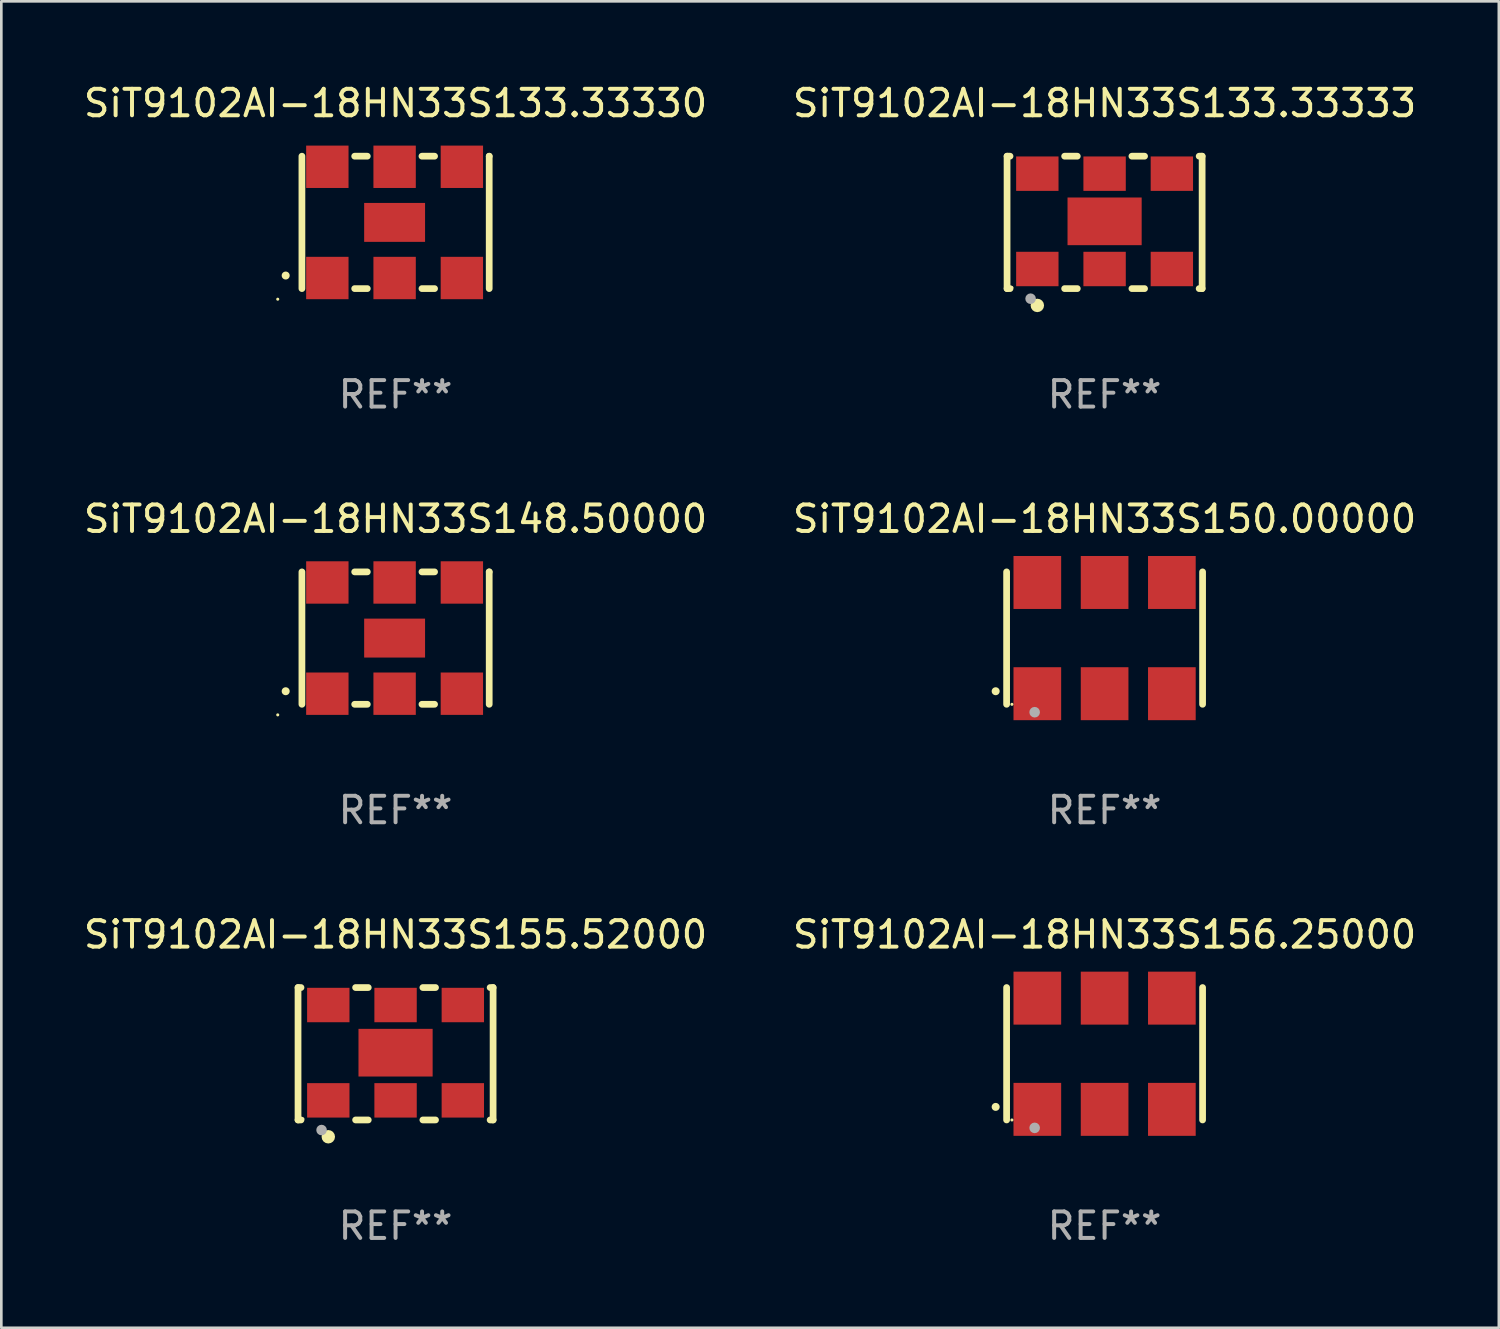
<source format=kicad_pcb>
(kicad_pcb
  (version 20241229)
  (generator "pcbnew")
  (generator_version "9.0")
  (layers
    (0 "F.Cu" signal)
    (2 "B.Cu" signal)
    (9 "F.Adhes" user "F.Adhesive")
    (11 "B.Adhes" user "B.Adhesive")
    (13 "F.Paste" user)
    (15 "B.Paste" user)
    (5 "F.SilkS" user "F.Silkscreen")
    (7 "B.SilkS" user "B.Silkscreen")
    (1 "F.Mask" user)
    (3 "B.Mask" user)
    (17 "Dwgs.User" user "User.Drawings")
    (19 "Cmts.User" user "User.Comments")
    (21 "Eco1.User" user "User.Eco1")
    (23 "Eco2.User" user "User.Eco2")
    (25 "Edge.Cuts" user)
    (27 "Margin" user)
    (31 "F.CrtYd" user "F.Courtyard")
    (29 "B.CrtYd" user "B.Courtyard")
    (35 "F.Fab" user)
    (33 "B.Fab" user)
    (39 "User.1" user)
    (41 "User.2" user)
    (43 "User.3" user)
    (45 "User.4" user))
  (footprint "SiT9102AI-18HN33S156.25000"
    (layer "F.Cu")
    (at 38.661 36.741)
    (property "Reference" "SiT9102AI-18HN33S156.25000" (at 0 -4.5 0) (layer "F.SilkS") (effects (font (size 1 1) (thickness 0.15))))
    (attr through_hole)
    (fp_line (start -3.7 -2.5) (end -3.7 2.5) (stroke (width 0.254) (type solid)) (layer "F.SilkS"))
    (fp_line (start 3.7 -2.5) (end 3.7 2.5) (stroke (width 0.254) (type solid)) (layer "F.SilkS"))
    (fp_arc (start -4.114415 2.006604) (mid -4.113145 2.006599) (end -4.111875 2.006604) (stroke (width 0.3) (type solid)) (layer "F.SilkS"))
    (fp_circle (center -3.5 2.501) (end -3.47 2.501) (stroke (width 0.06) (type solid)) (fill no) (layer "F.SilkS"))
    (fp_circle (center -2.641 2.799) (end -2.541 2.799) (stroke (width 0.2) (type solid)) (fill no) (layer "F.Fab"))
    (fp_text user "REF**" (at 0 6.5 0) (layer "F.Fab") (effects (font (size 1 1) (thickness 0.15))))
    (pad "1" smd rect (at -2.54 2.1) (size 1.8 2) (layers "F.Cu" "F.Mask" "F.Paste"))
    (pad "2" smd rect (at 0.000394 2.1) (size 1.8 2) (layers "F.Cu" "F.Mask" "F.Paste"))
    (pad "3" smd rect (at 2.54 2.1) (size 1.8 2) (layers "F.Cu" "F.Mask" "F.Paste"))
    (pad "4" smd rect (at 2.54 -2.1) (size 1.8 2) (layers "F.Cu" "F.Mask" "F.Paste"))
    (pad "5" smd rect (at 0.000394 -2.1) (size 1.8 2) (layers "F.Cu" "F.Mask" "F.Paste"))
    (pad "6" smd rect (at -2.54 -2.1) (size 1.8 2) (layers "F.Cu" "F.Mask" "F.Paste")))
  (footprint "SiT9102AI-18HN33S148.50000"
    (layer "F.Cu")
    (at 11.887 21.045)
    (property "Reference" "SiT9102AI-18HN33S148.50000" (at 0 -4.5 0) (layer "F.SilkS") (effects (font (size 1 1) (thickness 0.15))))
    (attr through_hole)
    (fp_line (start -3.536 -2.5) (end -3.536 2.5) (stroke (width 0.254) (type solid)) (layer "F.SilkS"))
    (fp_line (start -1.544 2.5) (end -1.067 2.5) (stroke (width 0.254) (type solid)) (layer "F.SilkS"))
    (fp_line (start -1.067 -2.5) (end -1.544 -2.5) (stroke (width 0.254) (type solid)) (layer "F.SilkS"))
    (fp_line (start 0.996 2.5) (end 1.473 2.5) (stroke (width 0.254) (type solid)) (layer "F.SilkS"))
    (fp_line (start 1.473 -2.5) (end 0.996 -2.5) (stroke (width 0.254) (type solid)) (layer "F.SilkS"))
    (fp_line (start 3.536 -2.5) (end 3.536 -2.5) (stroke (width 0.254) (type solid)) (layer "F.SilkS"))
    (fp_line (start 3.536 2.5) (end 3.536 -2.5) (stroke (width 0.254) (type solid)) (layer "F.SilkS"))
    (fp_arc (start -4.150432 2.006604) (mid -4.149162 2.006599) (end -4.147892 2.006604) (stroke (width 0.3) (type solid)) (layer "F.SilkS"))
    (fp_circle (center -4.449 2.9) (end -4.419 2.9) (stroke (width 0.06) (type solid)) (fill no) (layer "F.SilkS"))
    (fp_text user "REF**" (at 0 6.5 0) (layer "F.Fab") (effects (font (size 1 1) (thickness 0.15))))
    (pad "1" smd rect (at -2.576 2.1) (size 1.6 1.6) (layers "F.Cu" "F.Mask" "F.Paste"))
    (pad "2" smd rect (at -0.036 2.1) (size 1.6 1.6) (layers "F.Cu" "F.Mask" "F.Paste"))
    (pad "3" smd rect (at 2.504 2.1) (size 1.6 1.6) (layers "F.Cu" "F.Mask" "F.Paste"))
    (pad "4" smd rect (at 2.504 -2.1) (size 1.6 1.6) (layers "F.Cu" "F.Mask" "F.Paste"))
    (pad "5" smd rect (at -0.036 -2.1) (size 1.6 1.6) (layers "F.Cu" "F.Mask" "F.Paste"))
    (pad "6" smd rect (at -2.576 -2.1) (size 1.6 1.6) (layers "F.Cu" "F.Mask" "F.Paste"))
    (pad "7" smd rect (at -0.036 0) (size 2.3 1.47) (layers "F.Cu" "F.Mask" "F.Paste")))
  (footprint "SiT9102AI-18HN33S133.33330"
    (layer "F.Cu")
    (at 11.887 5.348)
    (property "Reference" "SiT9102AI-18HN33S133.33330" (at 0 -4.5 0) (layer "F.SilkS") (effects (font (size 1 1) (thickness 0.15))))
    (attr through_hole)
    (fp_line (start -3.536 -2.5) (end -3.536 2.5) (stroke (width 0.254) (type solid)) (layer "F.SilkS"))
    (fp_line (start -1.544 2.5) (end -1.067 2.5) (stroke (width 0.254) (type solid)) (layer "F.SilkS"))
    (fp_line (start -1.067 -2.5) (end -1.544 -2.5) (stroke (width 0.254) (type solid)) (layer "F.SilkS"))
    (fp_line (start 0.996 2.5) (end 1.473 2.5) (stroke (width 0.254) (type solid)) (layer "F.SilkS"))
    (fp_line (start 1.473 -2.5) (end 0.996 -2.5) (stroke (width 0.254) (type solid)) (layer "F.SilkS"))
    (fp_line (start 3.536 -2.5) (end 3.536 -2.5) (stroke (width 0.254) (type solid)) (layer "F.SilkS"))
    (fp_line (start 3.536 2.5) (end 3.536 -2.5) (stroke (width 0.254) (type solid)) (layer "F.SilkS"))
    (fp_arc (start -4.150432 2.006604) (mid -4.149162 2.006599) (end -4.147892 2.006604) (stroke (width 0.3) (type solid)) (layer "F.SilkS"))
    (fp_circle (center -4.449 2.9) (end -4.419 2.9) (stroke (width 0.06) (type solid)) (fill no) (layer "F.SilkS"))
    (fp_text user "REF**" (at 0 6.5 0) (layer "F.Fab") (effects (font (size 1 1) (thickness 0.15))))
    (pad "1" smd rect (at -2.576 2.1) (size 1.6 1.6) (layers "F.Cu" "F.Mask" "F.Paste"))
    (pad "2" smd rect (at -0.036 2.1) (size 1.6 1.6) (layers "F.Cu" "F.Mask" "F.Paste"))
    (pad "3" smd rect (at 2.504 2.1) (size 1.6 1.6) (layers "F.Cu" "F.Mask" "F.Paste"))
    (pad "4" smd rect (at 2.504 -2.1) (size 1.6 1.6) (layers "F.Cu" "F.Mask" "F.Paste"))
    (pad "5" smd rect (at -0.036 -2.1) (size 1.6 1.6) (layers "F.Cu" "F.Mask" "F.Paste"))
    (pad "6" smd rect (at -2.576 -2.1) (size 1.6 1.6) (layers "F.Cu" "F.Mask" "F.Paste"))
    (pad "7" smd rect (at -0.036 0) (size 2.3 1.47) (layers "F.Cu" "F.Mask" "F.Paste")))
  (footprint "SiT9102AI-18HN33S155.52000"
    (layer "F.Cu")
    (at 11.887 36.741)
    (property "Reference" "SiT9102AI-18HN33S155.52000" (at 0 -4.5 0) (layer "F.SilkS") (effects (font (size 1 1) (thickness 0.15))))
    (attr through_hole)
    (fp_line (start -3.683 -2.5) (end -3.571 -2.5) (stroke (width 0.254) (type solid)) (layer "F.SilkS"))
    (fp_line (start -3.683 2.5) (end -3.683 -2.5) (stroke (width 0.254) (type solid)) (layer "F.SilkS"))
    (fp_line (start -3.683 2.5) (end -3.571 2.5) (stroke (width 0.254) (type solid)) (layer "F.SilkS"))
    (fp_line (start -1.509 -2.5) (end -1.031 -2.5) (stroke (width 0.254) (type solid)) (layer "F.SilkS"))
    (fp_line (start -1.509 2.5) (end -1.031 2.5) (stroke (width 0.254) (type solid)) (layer "F.SilkS"))
    (fp_line (start 1.031 -2.5) (end 1.509 -2.5) (stroke (width 0.254) (type solid)) (layer "F.SilkS"))
    (fp_line (start 1.031 2.5) (end 1.509 2.5) (stroke (width 0.254) (type solid)) (layer "F.SilkS"))
    (fp_line (start 3.571 -2.5) (end 3.683 -2.5) (stroke (width 0.254) (type solid)) (layer "F.SilkS"))
    (fp_line (start 3.571 2.5) (end 3.683 2.5) (stroke (width 0.254) (type solid)) (layer "F.SilkS"))
    (fp_line (start 3.683 2.5) (end 3.683 -2.5) (stroke (width 0.254) (type solid)) (layer "F.SilkS"))
    (fp_circle (center -3.5 2.46) (end -3.47 2.46) (stroke (width 0.06) (type solid)) (fill no) (layer "F.SilkS"))
    (fp_circle (center -2.54 3.135) (end -2.413 3.135) (stroke (width 0.254) (type solid)) (fill no) (layer "F.SilkS"))
    (fp_circle (center -2.794 2.881) (end -2.694 2.881) (stroke (width 0.2) (type solid)) (fill no) (layer "F.Fab"))
    (fp_text user "REF**" (at 0 6.5 0) (layer "F.Fab") (effects (font (size 1 1) (thickness 0.15))))
    (pad "1" smd rect (at -2.54 1.76) (size 1.6 1.3) (layers "F.Cu" "F.Mask" "F.Paste"))
    (pad "2" smd rect (at 0 1.76) (size 1.6 1.3) (layers "F.Cu" "F.Mask" "F.Paste"))
    (pad "3" smd rect (at 2.54 1.76) (size 1.6 1.3) (layers "F.Cu" "F.Mask" "F.Paste"))
    (pad "4" smd rect (at 2.54 -1.84) (size 1.6 1.3) (layers "F.Cu" "F.Mask" "F.Paste"))
    (pad "5" smd rect (at 0 -1.84) (size 1.6 1.3) (layers "F.Cu" "F.Mask" "F.Paste"))
    (pad "6" smd rect (at -2.54 -1.84) (size 1.6 1.3) (layers "F.Cu" "F.Mask" "F.Paste"))
    (pad "7" smd rect (at 0 -0.04) (size 2.8 1.8) (layers "F.Cu" "F.Mask" "F.Paste")))
  (footprint "SiT9102AI-18HN33S150.00000"
    (layer "F.Cu")
    (at 38.661 21.045)
    (property "Reference" "SiT9102AI-18HN33S150.00000" (at 0 -4.5 0) (layer "F.SilkS") (effects (font (size 1 1) (thickness 0.15))))
    (attr through_hole)
    (fp_line (start -3.7 -2.5) (end -3.7 2.5) (stroke (width 0.254) (type solid)) (layer "F.SilkS"))
    (fp_line (start 3.7 -2.5) (end 3.7 2.5) (stroke (width 0.254) (type solid)) (layer "F.SilkS"))
    (fp_arc (start -4.114415 2.006604) (mid -4.113145 2.006599) (end -4.111875 2.006604) (stroke (width 0.3) (type solid)) (layer "F.SilkS"))
    (fp_circle (center -3.5 2.501) (end -3.47 2.501) (stroke (width 0.06) (type solid)) (fill no) (layer "F.SilkS"))
    (fp_circle (center -2.641 2.799) (end -2.541 2.799) (stroke (width 0.2) (type solid)) (fill no) (layer "F.Fab"))
    (fp_text user "REF**" (at 0 6.5 0) (layer "F.Fab") (effects (font (size 1 1) (thickness 0.15))))
    (pad "1" smd rect (at -2.54 2.1) (size 1.8 2) (layers "F.Cu" "F.Mask" "F.Paste"))
    (pad "2" smd rect (at 0.000394 2.1) (size 1.8 2) (layers "F.Cu" "F.Mask" "F.Paste"))
    (pad "3" smd rect (at 2.54 2.1) (size 1.8 2) (layers "F.Cu" "F.Mask" "F.Paste"))
    (pad "4" smd rect (at 2.54 -2.1) (size 1.8 2) (layers "F.Cu" "F.Mask" "F.Paste"))
    (pad "5" smd rect (at 0.000394 -2.1) (size 1.8 2) (layers "F.Cu" "F.Mask" "F.Paste"))
    (pad "6" smd rect (at -2.54 -2.1) (size 1.8 2) (layers "F.Cu" "F.Mask" "F.Paste")))
  (footprint "SiT9102AI-18HN33S133.33333"
    (layer "F.Cu")
    (at 38.661 5.348)
    (property "Reference" "SiT9102AI-18HN33S133.33333" (at 0 -4.5 0) (layer "F.SilkS") (effects (font (size 1 1) (thickness 0.15))))
    (attr through_hole)
    (fp_line (start -3.683 -2.5) (end -3.571 -2.5) (stroke (width 0.254) (type solid)) (layer "F.SilkS"))
    (fp_line (start -3.683 2.5) (end -3.683 -2.5) (stroke (width 0.254) (type solid)) (layer "F.SilkS"))
    (fp_line (start -3.683 2.5) (end -3.571 2.5) (stroke (width 0.254) (type solid)) (layer "F.SilkS"))
    (fp_line (start -1.509 -2.5) (end -1.031 -2.5) (stroke (width 0.254) (type solid)) (layer "F.SilkS"))
    (fp_line (start -1.509 2.5) (end -1.031 2.5) (stroke (width 0.254) (type solid)) (layer "F.SilkS"))
    (fp_line (start 1.031 -2.5) (end 1.509 -2.5) (stroke (width 0.254) (type solid)) (layer "F.SilkS"))
    (fp_line (start 1.031 2.5) (end 1.509 2.5) (stroke (width 0.254) (type solid)) (layer "F.SilkS"))
    (fp_line (start 3.571 -2.5) (end 3.683 -2.5) (stroke (width 0.254) (type solid)) (layer "F.SilkS"))
    (fp_line (start 3.571 2.5) (end 3.683 2.5) (stroke (width 0.254) (type solid)) (layer "F.SilkS"))
    (fp_line (start 3.683 2.5) (end 3.683 -2.5) (stroke (width 0.254) (type solid)) (layer "F.SilkS"))
    (fp_circle (center -3.5 2.46) (end -3.47 2.46) (stroke (width 0.06) (type solid)) (fill no) (layer "F.SilkS"))
    (fp_circle (center -2.54 3.135) (end -2.413 3.135) (stroke (width 0.254) (type solid)) (fill no) (layer "F.SilkS"))
    (fp_circle (center -2.794 2.881) (end -2.694 2.881) (stroke (width 0.2) (type solid)) (fill no) (layer "F.Fab"))
    (fp_text user "REF**" (at 0 6.5 0) (layer "F.Fab") (effects (font (size 1 1) (thickness 0.15))))
    (pad "1" smd rect (at -2.54 1.76) (size 1.6 1.3) (layers "F.Cu" "F.Mask" "F.Paste"))
    (pad "2" smd rect (at 0 1.76) (size 1.6 1.3) (layers "F.Cu" "F.Mask" "F.Paste"))
    (pad "3" smd rect (at 2.54 1.76) (size 1.6 1.3) (layers "F.Cu" "F.Mask" "F.Paste"))
    (pad "4" smd rect (at 2.54 -1.84) (size 1.6 1.3) (layers "F.Cu" "F.Mask" "F.Paste"))
    (pad "5" smd rect (at 0 -1.84) (size 1.6 1.3) (layers "F.Cu" "F.Mask" "F.Paste"))
    (pad "6" smd rect (at -2.54 -1.84) (size 1.6 1.3) (layers "F.Cu" "F.Mask" "F.Paste"))
    (pad "7" smd rect (at 0 -0.04) (size 2.8 1.8) (layers "F.Cu" "F.Mask" "F.Paste")))
  (gr_rect
    (start -3 -3)
    (end 53.548 47.09)
    (stroke (width 0.1) (type default))
    (fill no)
    (layer "Edge.Cuts")))
</source>
